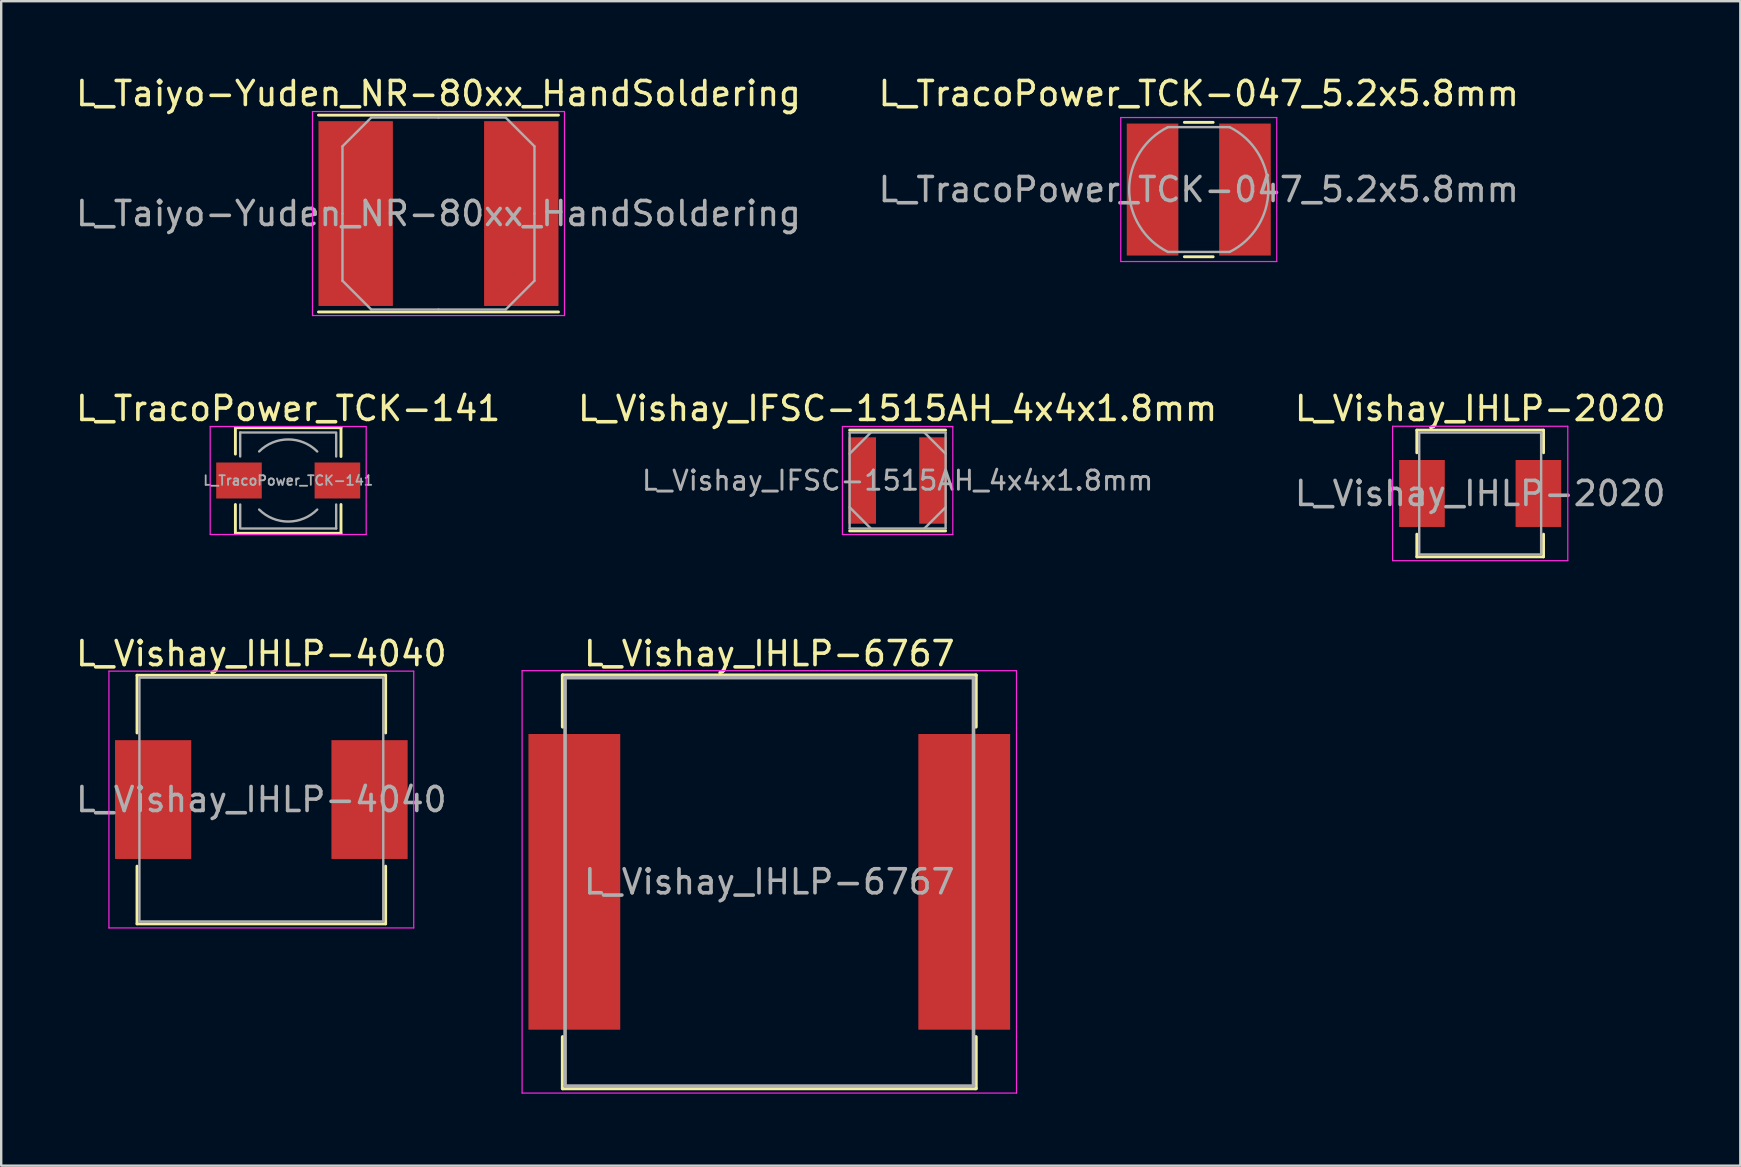
<source format=kicad_pcb>
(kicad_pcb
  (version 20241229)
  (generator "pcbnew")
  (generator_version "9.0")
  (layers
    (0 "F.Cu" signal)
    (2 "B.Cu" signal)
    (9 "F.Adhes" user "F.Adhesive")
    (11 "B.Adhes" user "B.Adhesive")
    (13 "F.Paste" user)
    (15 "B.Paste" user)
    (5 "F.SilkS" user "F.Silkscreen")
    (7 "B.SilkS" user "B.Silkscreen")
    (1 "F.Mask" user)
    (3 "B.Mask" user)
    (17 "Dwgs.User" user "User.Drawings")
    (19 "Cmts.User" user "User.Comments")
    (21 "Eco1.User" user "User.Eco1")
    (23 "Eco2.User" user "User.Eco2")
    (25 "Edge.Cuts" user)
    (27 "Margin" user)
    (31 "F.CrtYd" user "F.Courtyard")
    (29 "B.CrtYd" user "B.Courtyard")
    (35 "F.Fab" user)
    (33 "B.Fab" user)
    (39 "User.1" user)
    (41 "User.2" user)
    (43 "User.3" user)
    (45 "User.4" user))
  (footprint "L_Vishay_IHLP-2020"
    (layer "F.Cu")
    (at 58.625 17.512)
    (property "Reference" "L_Vishay_IHLP-2020" (at 0 -3.54 0) (layer "F.SilkS") (effects (font (size 1 1) (thickness 0.15))))
    (attr smd)
    (fp_line (start -2.64 -2.64) (end 2.64 -2.64) (stroke (width 0.12) (type solid)) (layer "F.SilkS"))
    (fp_line (start -2.64 -1.695) (end -2.64 -2.64) (stroke (width 0.12) (type solid)) (layer "F.SilkS"))
    (fp_line (start -2.64 1.695) (end -2.64 2.64) (stroke (width 0.12) (type solid)) (layer "F.SilkS"))
    (fp_line (start -2.64 2.64) (end 2.64 2.64) (stroke (width 0.12) (type solid)) (layer "F.SilkS"))
    (fp_line (start 2.64 -2.64) (end 2.64 -1.695) (stroke (width 0.12) (type solid)) (layer "F.SilkS"))
    (fp_line (start 2.64 2.64) (end 2.64 1.695) (stroke (width 0.12) (type solid)) (layer "F.SilkS"))
    (fp_line (start -3.65 -2.8) (end -3.65 2.8) (stroke (width 0.05) (type solid)) (layer "F.CrtYd"))
    (fp_line (start -3.65 2.8) (end 3.65 2.8) (stroke (width 0.05) (type solid)) (layer "F.CrtYd"))
    (fp_line (start 3.65 -2.8) (end -3.65 -2.8) (stroke (width 0.05) (type solid)) (layer "F.CrtYd"))
    (fp_line (start 3.65 2.8) (end 3.65 -2.8) (stroke (width 0.05) (type solid)) (layer "F.CrtYd"))
    (fp_line (start -2.54 -2.54) (end -2.54 2.54) (stroke (width 0.1) (type solid)) (layer "F.Fab"))
    (fp_line (start -2.54 2.54) (end 2.54 2.54) (stroke (width 0.1) (type solid)) (layer "F.Fab"))
    (fp_line (start 2.54 -2.54) (end -2.54 -2.54) (stroke (width 0.1) (type solid)) (layer "F.Fab"))
    (fp_line (start 2.54 2.54) (end 2.54 -2.54) (stroke (width 0.1) (type solid)) (layer "F.Fab"))
    (fp_text user "${REFERENCE}" (at 0 0 0) (layer "F.Fab") (effects (font (size 1 1) (thickness 0.15))))
    (pad "1" smd rect (at -2.426 0) (size 1.903 2.79) (layers "F.Cu" "F.Mask" "F.Paste"))
    (pad "2" smd rect (at 2.426 0) (size 1.903 2.79) (layers "F.Cu" "F.Mask" "F.Paste")))
  (footprint "L_Vishay_IHLP-4040"
    (layer "F.Cu")
    (at 7.839 30.265)
    (property "Reference" "L_Vishay_IHLP-4040" (at 0 -6.08 0) (layer "F.SilkS") (effects (font (size 1 1) (thickness 0.15))))
    (attr smd)
    (fp_line (start -5.18 -5.18) (end 5.18 -5.18) (stroke (width 0.12) (type solid)) (layer "F.SilkS"))
    (fp_line (start -5.18 -2.775) (end -5.18 -5.18) (stroke (width 0.12) (type solid)) (layer "F.SilkS"))
    (fp_line (start -5.18 2.775) (end -5.18 5.18) (stroke (width 0.12) (type solid)) (layer "F.SilkS"))
    (fp_line (start -5.18 5.18) (end 5.18 5.18) (stroke (width 0.12) (type solid)) (layer "F.SilkS"))
    (fp_line (start 5.18 -5.18) (end 5.18 -2.775) (stroke (width 0.12) (type solid)) (layer "F.SilkS"))
    (fp_line (start 5.18 5.18) (end 5.18 2.775) (stroke (width 0.12) (type solid)) (layer "F.SilkS"))
    (fp_line (start -6.35 -5.35) (end -6.35 5.35) (stroke (width 0.05) (type solid)) (layer "F.CrtYd"))
    (fp_line (start -6.35 5.35) (end 6.35 5.35) (stroke (width 0.05) (type solid)) (layer "F.CrtYd"))
    (fp_line (start 6.35 -5.35) (end -6.35 -5.35) (stroke (width 0.05) (type solid)) (layer "F.CrtYd"))
    (fp_line (start 6.35 5.35) (end 6.35 -5.35) (stroke (width 0.05) (type solid)) (layer "F.CrtYd"))
    (fp_line (start -5.08 -5.08) (end -5.08 5.08) (stroke (width 0.1) (type solid)) (layer "F.Fab"))
    (fp_line (start -5.08 5.08) (end 5.08 5.08) (stroke (width 0.1) (type solid)) (layer "F.Fab"))
    (fp_line (start 5.08 -5.08) (end -5.08 -5.08) (stroke (width 0.1) (type solid)) (layer "F.Fab"))
    (fp_line (start 5.08 5.08) (end 5.08 -5.08) (stroke (width 0.1) (type solid)) (layer "F.Fab"))
    (fp_text user "${REFERENCE}" (at 0 0 0) (layer "F.Fab") (effects (font (size 1 1) (thickness 0.15))))
    (pad "1" smd rect (at -4.508 0) (size 3.175 4.95) (layers "F.Cu" "F.Mask" "F.Paste"))
    (pad "2" smd rect (at 4.508 0) (size 3.175 4.95) (layers "F.Cu" "F.Mask" "F.Paste")))
  (footprint "L_Vishay_IHLP-6767"
    (layer "F.Cu")
    (at 29.004 33.694)
    (property "Reference" "L_Vishay_IHLP-6767" (at 0 -9.509 0) (layer "F.SilkS") (effects (font (size 1 1) (thickness 0.15))))
    (attr smd)
    (fp_line (start -8.609 -8.609) (end 8.609 -8.609) (stroke (width 0.15) (type solid)) (layer "F.SilkS"))
    (fp_line (start -8.609 -6.46) (end -8.609 -8.609) (stroke (width 0.15) (type solid)) (layer "F.SilkS"))
    (fp_line (start -8.609 6.46) (end -8.609 8.609) (stroke (width 0.15) (type solid)) (layer "F.SilkS"))
    (fp_line (start -8.609 8.609) (end 8.609 8.609) (stroke (width 0.15) (type solid)) (layer "F.SilkS"))
    (fp_line (start 8.609 -8.609) (end 8.609 -6.46) (stroke (width 0.15) (type solid)) (layer "F.SilkS"))
    (fp_line (start 8.609 8.609) (end 8.609 6.46) (stroke (width 0.15) (type solid)) (layer "F.SilkS"))
    (fp_line (start -10.3 -8.8) (end -10.3 8.8) (stroke (width 0.05) (type solid)) (layer "F.CrtYd"))
    (fp_line (start -10.3 8.8) (end 10.3 8.8) (stroke (width 0.05) (type solid)) (layer "F.CrtYd"))
    (fp_line (start 10.3 -8.8) (end -10.3 -8.8) (stroke (width 0.05) (type solid)) (layer "F.CrtYd"))
    (fp_line (start 10.3 8.8) (end 10.3 -8.8) (stroke (width 0.05) (type solid)) (layer "F.CrtYd"))
    (fp_line (start -8.509 -8.509) (end -8.509 8.509) (stroke (width 0.15) (type solid)) (layer "F.Fab"))
    (fp_line (start -8.509 8.509) (end 8.509 8.509) (stroke (width 0.15) (type solid)) (layer "F.Fab"))
    (fp_line (start 8.509 -8.509) (end -8.509 -8.509) (stroke (width 0.15) (type solid)) (layer "F.Fab"))
    (fp_line (start 8.509 8.509) (end 8.509 -8.509) (stroke (width 0.15) (type solid)) (layer "F.Fab"))
    (fp_text user "${REFERENCE}" (at 0 0 0) (layer "F.Fab") (effects (font (size 1 1) (thickness 0.15))))
    (pad "1" smd rect (at -8.123 0) (size 3.825 12.32) (layers "F.Cu" "F.Mask" "F.Paste"))
    (pad "2" smd rect (at 8.123 0) (size 3.825 12.32) (layers "F.Cu" "F.Mask" "F.Paste")))
  (footprint "L_Vishay_IFSC-1515AH_4x4x1.8mm"
    (layer "F.Cu")
    (at 34.351 16.971)
    (property "Reference" "L_Vishay_IFSC-1515AH_4x4x1.8mm" (at 0 -3 0) (layer "F.SilkS") (effects (font (size 1 1) (thickness 0.15))))
    (attr smd)
    (fp_line (start -2 -2.1) (end 2 -2.1) (stroke (width 0.12) (type solid)) (layer "F.SilkS"))
    (fp_line (start 2 2.1) (end -2 2.1) (stroke (width 0.12) (type solid)) (layer "F.SilkS"))
    (fp_line (start -2.3 -2.25) (end 2.3 -2.25) (stroke (width 0.05) (type solid)) (layer "F.CrtYd"))
    (fp_line (start -2.3 2.25) (end -2.3 -2.25) (stroke (width 0.05) (type solid)) (layer "F.CrtYd"))
    (fp_line (start 2.3 -2.25) (end 2.3 2.25) (stroke (width 0.05) (type solid)) (layer "F.CrtYd"))
    (fp_line (start 2.3 2.25) (end -2.3 2.25) (stroke (width 0.05) (type solid)) (layer "F.CrtYd"))
    (fp_line (start -2 -2) (end 2 -2) (stroke (width 0.1) (type solid)) (layer "F.Fab"))
    (fp_line (start -2 -1.115) (end -1.115 -2) (stroke (width 0.1) (type solid)) (layer "F.Fab"))
    (fp_line (start -2 2) (end -2 -2) (stroke (width 0.1) (type solid)) (layer "F.Fab"))
    (fp_line (start -1.115 2) (end -2 1.115) (stroke (width 0.1) (type solid)) (layer "F.Fab"))
    (fp_line (start 1.115 -2) (end 2 -1.115) (stroke (width 0.1) (type solid)) (layer "F.Fab"))
    (fp_line (start 2 -2) (end 2 2) (stroke (width 0.1) (type solid)) (layer "F.Fab"))
    (fp_line (start 2 1.115) (end 1.115 2) (stroke (width 0.1) (type solid)) (layer "F.Fab"))
    (fp_line (start 2 2) (end -2 2) (stroke (width 0.1) (type solid)) (layer "F.Fab"))
    (fp_text user "${REFERENCE}" (at 0 0 0) (layer "F.Fab") (effects (font (size 0.8 0.8) (thickness 0.12))))
    (pad "1" smd rect (at -1.475 0) (size 1.15 3.6) (layers "F.Cu" "F.Mask" "F.Paste"))
    (pad "2" smd rect (at 1.475 0) (size 1.15 3.6) (layers "F.Cu" "F.Mask" "F.Paste")))
  (footprint "L_TracoPower_TCK-141"
    (layer "F.Cu")
    (at 8.958 16.971)
    (property "Reference" "L_TracoPower_TCK-141" (at 0 -3 0) (layer "F.SilkS") (effects (font (size 1 1) (thickness 0.15))))
    (attr smd)
    (fp_line (start -2.2 -2.2) (end 2.2 -2.2) (stroke (width 0.12) (type solid)) (layer "F.SilkS"))
    (fp_line (start -2.2 -1.1) (end -2.2 -2.2) (stroke (width 0.12) (type solid)) (layer "F.SilkS"))
    (fp_line (start -2.2 2.2) (end -2.2 1) (stroke (width 0.12) (type solid)) (layer "F.SilkS"))
    (fp_line (start 2.2 -2.2) (end 2.2 -1) (stroke (width 0.12) (type solid)) (layer "F.SilkS"))
    (fp_line (start 2.2 1) (end 2.2 2.2) (stroke (width 0.12) (type solid)) (layer "F.SilkS"))
    (fp_line (start 2.2 2.2) (end -2.2 2.2) (stroke (width 0.12) (type solid)) (layer "F.SilkS"))
    (fp_line (start -3.25 -2.25) (end -3.25 2.25) (stroke (width 0.05) (type solid)) (layer "F.CrtYd"))
    (fp_line (start -3.25 -2.25) (end 3.25 -2.25) (stroke (width 0.05) (type solid)) (layer "F.CrtYd"))
    (fp_line (start -3.25 2.25) (end 3.25 2.25) (stroke (width 0.05) (type solid)) (layer "F.CrtYd"))
    (fp_line (start 3.25 2.25) (end 3.25 -2.25) (stroke (width 0.05) (type solid)) (layer "F.CrtYd"))
    (fp_line (start -2 -2) (end -2 -1) (stroke (width 0.1) (type solid)) (layer "F.Fab"))
    (fp_line (start -2 -2) (end 2 -2) (stroke (width 0.1) (type solid)) (layer "F.Fab"))
    (fp_line (start -2 1.95) (end -2 1) (stroke (width 0.1) (type solid)) (layer "F.Fab"))
    (fp_line (start -2 2) (end 2 2) (stroke (width 0.1) (type solid)) (layer "F.Fab"))
    (fp_line (start 2 -1.95) (end 2 -1) (stroke (width 0.1) (type solid)) (layer "F.Fab"))
    (fp_line (start 2 2) (end 2 1) (stroke (width 0.1) (type solid)) (layer "F.Fab"))
    (fp_arc (start -1.21 -1.21) (mid 0 -1.711198) (end 1.21 -1.21) (stroke (width 0.1) (type solid)) (layer "F.Fab"))
    (fp_arc (start 1.21 1.21) (mid 0 1.711198) (end -1.21 1.21) (stroke (width 0.1) (type solid)) (layer "F.Fab"))
    (fp_text user "${REFERENCE}" (at 0 0 0) (layer "F.Fab") (effects (font (size 0.4 0.4) (thickness 0.075))))
    (pad "1" smd rect (at -2.05 0) (size 1.9 1.5) (layers "F.Cu" "F.Mask" "F.Paste"))
    (pad "2" smd rect (at 2.05 0) (size 1.9 1.5) (layers "F.Cu" "F.Mask" "F.Paste")))
  (footprint "L_Taiyo-Yuden_NR-80xx_HandSoldering"
    (layer "F.Cu")
    (at 15.22 5.848)
    (property "Reference" "L_Taiyo-Yuden_NR-80xx_HandSoldering" (at 0 -5 0) (layer "F.SilkS") (effects (font (size 1 1) (thickness 0.15))))
    (attr smd)
    (fp_line (start -5 -4.1) (end 5 -4.1) (stroke (width 0.12) (type solid)) (layer "F.SilkS"))
    (fp_line (start -5 4.1) (end 5 4.1) (stroke (width 0.12) (type solid)) (layer "F.SilkS"))
    (fp_line (start -5.25 -4.25) (end -5.25 4.25) (stroke (width 0.05) (type solid)) (layer "F.CrtYd"))
    (fp_line (start -5.25 4.25) (end 5.25 4.25) (stroke (width 0.05) (type solid)) (layer "F.CrtYd"))
    (fp_line (start 5.25 -4.25) (end -5.25 -4.25) (stroke (width 0.05) (type solid)) (layer "F.CrtYd"))
    (fp_line (start 5.25 4.25) (end 5.25 -4.25) (stroke (width 0.05) (type solid)) (layer "F.CrtYd"))
    (fp_line (start -4 -2.8) (end -2.8 -4) (stroke (width 0.1) (type solid)) (layer "F.Fab"))
    (fp_line (start -4 0) (end -4 -2.8) (stroke (width 0.1) (type solid)) (layer "F.Fab"))
    (fp_line (start -4 0) (end -4 2.8) (stroke (width 0.1) (type solid)) (layer "F.Fab"))
    (fp_line (start -4 2.8) (end -2.8 4) (stroke (width 0.1) (type solid)) (layer "F.Fab"))
    (fp_line (start -2.8 -4) (end 0 -4) (stroke (width 0.1) (type solid)) (layer "F.Fab"))
    (fp_line (start -2.8 4) (end 0 4) (stroke (width 0.1) (type solid)) (layer "F.Fab"))
    (fp_line (start 2.8 -4) (end 0 -4) (stroke (width 0.1) (type solid)) (layer "F.Fab"))
    (fp_line (start 2.8 4) (end 0 4) (stroke (width 0.1) (type solid)) (layer "F.Fab"))
    (fp_line (start 4 -2.8) (end 2.8 -4) (stroke (width 0.1) (type solid)) (layer "F.Fab"))
    (fp_line (start 4 0) (end 4 -2.8) (stroke (width 0.1) (type solid)) (layer "F.Fab"))
    (fp_line (start 4 0) (end 4 2.8) (stroke (width 0.1) (type solid)) (layer "F.Fab"))
    (fp_line (start 4 2.8) (end 2.8 4) (stroke (width 0.1) (type solid)) (layer "F.Fab"))
    (fp_text user "${REFERENCE}" (at 0 0 0) (layer "F.Fab") (effects (font (size 1 1) (thickness 0.15))))
    (pad "1" smd rect (at -3.45 0) (size 3.1 7.7) (layers "F.Cu" "F.Mask" "F.Paste"))
    (pad "2" smd rect (at 3.45 0) (size 3.1 7.7) (layers "F.Cu" "F.Mask" "F.Paste")))
  (footprint "L_TracoPower_TCK-047_5.2x5.8mm"
    (layer "F.Cu")
    (at 46.899 4.848)
    (property "Reference" "L_TracoPower_TCK-047_5.2x5.8mm" (at 0 -4 0) (layer "F.SilkS") (effects (font (size 1 1) (thickness 0.15))))
    (attr smd)
    (fp_line (start -0.6 2.8) (end 0.6 2.8) (stroke (width 0.12) (type solid)) (layer "F.SilkS"))
    (fp_line (start 0.6 -2.8) (end -0.6 -2.8) (stroke (width 0.12) (type solid)) (layer "F.SilkS"))
    (fp_line (start -3.25 -3) (end -3.25 3) (stroke (width 0.05) (type solid)) (layer "F.CrtYd"))
    (fp_line (start -3.25 -3) (end 3.25 -3) (stroke (width 0.05) (type solid)) (layer "F.CrtYd"))
    (fp_line (start 3.25 3) (end -3.25 3) (stroke (width 0.05) (type solid)) (layer "F.CrtYd"))
    (fp_line (start 3.25 3) (end 3.25 -3) (stroke (width 0.05) (type solid)) (layer "F.CrtYd"))
    (fp_line (start -1.285 -2.6) (end 1.285 -2.6) (stroke (width 0.1) (type solid)) (layer "F.Fab"))
    (fp_line (start -1.285 2.6) (end 1.285 2.6) (stroke (width 0.1) (type solid)) (layer "F.Fab"))
    (fp_arc (start -1.285 2.599999) (mid -2.90021 0) (end -1.284999 -2.599999) (stroke (width 0.1) (type solid)) (layer "F.Fab"))
    (fp_arc (start 1.285 -2.599999) (mid 2.90021 0) (end 1.284999 2.599999) (stroke (width 0.1) (type solid)) (layer "F.Fab"))
    (fp_text user "${REFERENCE}" (at 0 0 0) (layer "F.Fab") (effects (font (size 1 1) (thickness 0.15))))
    (pad "1" smd rect (at -1.925 0 90) (size 5.5 2.15) (layers "F.Cu" "F.Mask" "F.Paste"))
    (pad "2" smd rect (at 1.925 0 90) (size 5.5 2.15) (layers "F.Cu" "F.Mask" "F.Paste")))
  (gr_rect
    (start -3 -3)
    (end 69.464 45.519)
    (stroke (width 0.1) (type default))
    (fill no)
    (layer "Edge.Cuts")))
</source>
